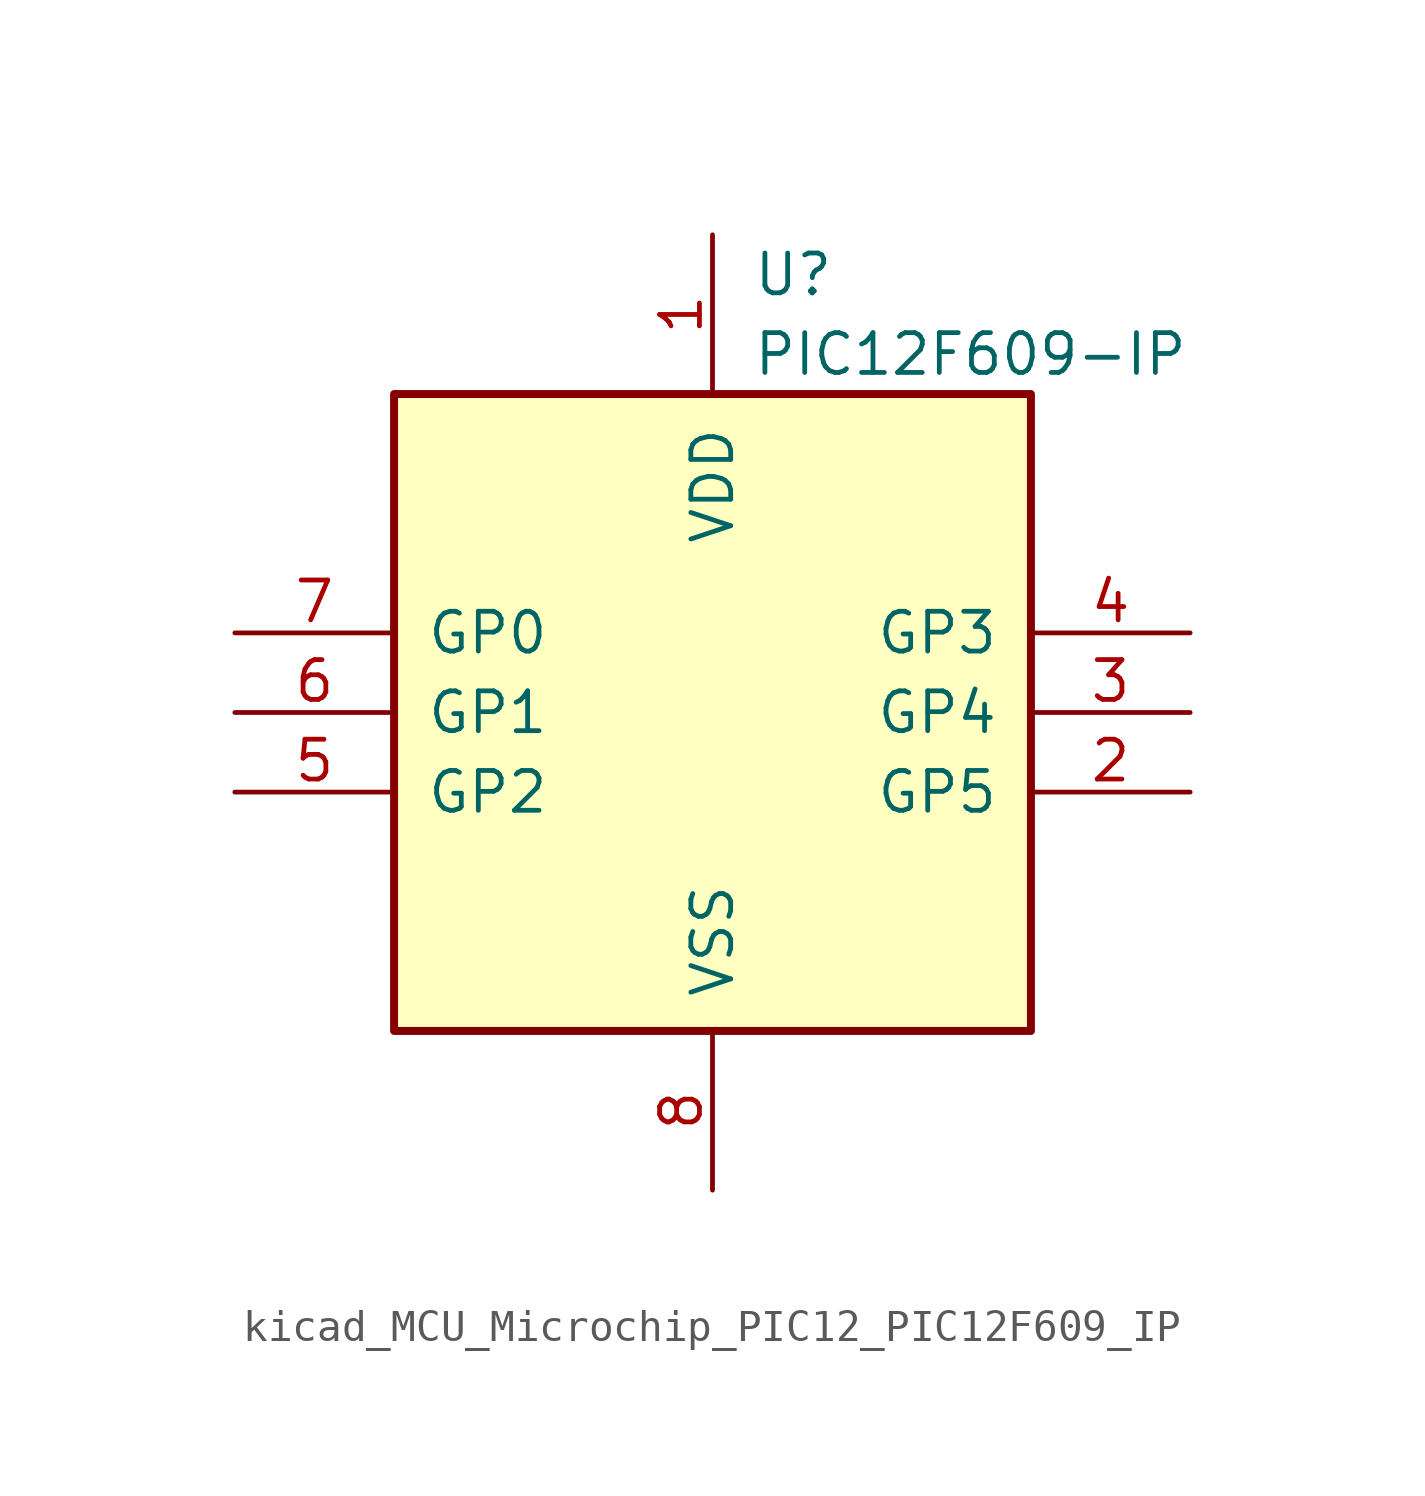
<source format=kicad_sym>
(kicad_symbol_lib
  (version 20220914)
  (generator kicad_symbol_editor)
  (symbol "kicad_MCU_Microchip_PIC12_PIC12F609_IP"
    (pin_names
      (offset 1.016))
    (property "Reference" "U"
      (at 1.27 13.97 0)
      (effects (font (size 1.27 1.27)) (justify left)))
    (property "Value" "PIC12F609-IP"
      (at 1.27 11.43 0)
      (effects (font (size 1.27 1.27)) (justify left)))
    (symbol "kicad_MCU_Microchip_PIC12_PIC12F609_IP_0_1"
      (rectangle (start 10.16 -10.16) (end -10.16 10.16) (stroke (width 0.254) (type default)) (fill (type background))))
    (symbol "kicad_MCU_Microchip_PIC12_PIC12F609_IP_1_1"
      (pin power_in line (at 0 15.24 270) (length 5.08) (name "VDD" (effects (font (size 1.27 1.27)))) (number "1" (effects (font (size 1.27 1.27)))))
      (pin bidirectional line (at 15.24 -2.54 180) (length 5.08) (name "GP5" (effects (font (size 1.27 1.27)))) (number "2" (effects (font (size 1.27 1.27)))))
      (pin bidirectional line (at 15.24 0 180) (length 5.08) (name "GP4" (effects (font (size 1.27 1.27)))) (number "3" (effects (font (size 1.27 1.27)))))
      (pin input line (at 15.24 2.54 180) (length 5.08) (name "GP3" (effects (font (size 1.27 1.27)))) (number "4" (effects (font (size 1.27 1.27)))))
      (pin bidirectional line (at -15.24 -2.54 0) (length 5.08) (name "GP2" (effects (font (size 1.27 1.27)))) (number "5" (effects (font (size 1.27 1.27)))))
      (pin bidirectional line (at -15.24 0 0) (length 5.08) (name "GP1" (effects (font (size 1.27 1.27)))) (number "6" (effects (font (size 1.27 1.27)))))
      (pin bidirectional line (at -15.24 2.54 0) (length 5.08) (name "GP0" (effects (font (size 1.27 1.27)))) (number "7" (effects (font (size 1.27 1.27)))))
      (pin power_in line (at 0 -15.24 90) (length 5.08) (name "VSS" (effects (font (size 1.27 1.27)))) (number "8" (effects (font (size 1.27 1.27))))))))
</source>
